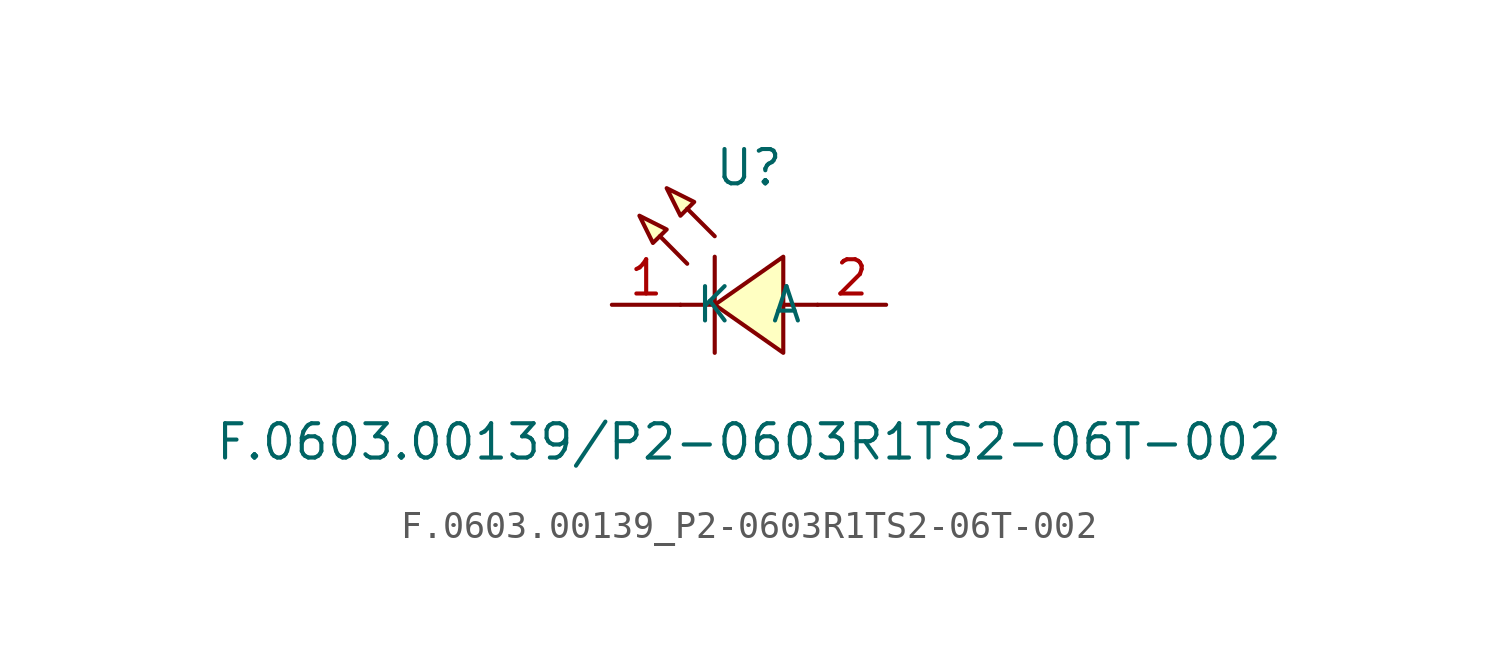
<source format=kicad_sym>
(kicad_symbol_lib
  (version 20211014)
  (generator https://github.com/uPesy/easyeda2kicad.py)
  (symbol "F.0603.00139_P2-0603R1TS2-06T-002"
    (property "Reference" "U"
      (at 0 5.08 0)
      (effects (font (size 1.27 1.27))))
    (property "Value" "F.0603.00139/P2-0603R1TS2-06T-002"
      (at 0 -5.08 0)
      (effects (font (size 1.27 1.27))))
    (symbol "F.0603.00139_P2-0603R1TS2-06T-002_0_1"
      (polyline (pts (xy -4.06 3.30) (xy -3.05 2.79) (xy -3.56 2.29) (xy -4.06 3.30)) (stroke (width 0) (type default) (color 0 0 0 0)) (fill (type background)))
      (polyline (pts (xy -3.05 4.32) (xy -2.03 3.81) (xy -2.54 3.30) (xy -3.05 4.32)) (stroke (width 0) (type default) (color 0 0 0 0)) (fill (type background)))
      (polyline (pts (xy 1.27 1.78) (xy -1.27 -0.00) (xy 1.27 -1.78) (xy 1.27 1.78)) (stroke (width 0) (type default) (color 0 0 0 0)) (fill (type background)))
      (polyline (pts (xy -2.29 1.52) (xy -3.30 2.54) (xy -2.29 1.52)) (stroke (width 0) (type default) (color 0 0 0 0)) (fill (type background)))
      (polyline (pts (xy -1.27 2.54) (xy -2.29 3.56) (xy -1.27 2.54)) (stroke (width 0) (type default) (color 0 0 0 0)) (fill (type background)))
      (polyline (pts (xy -1.27 -0.00) (xy -2.54 -0.00)) (stroke (width 0) (type default) (color 0 0 0 0)) (fill (type none)))
      (polyline (pts (xy 2.54 -0.00) (xy 1.27 -0.00)) (stroke (width 0) (type default) (color 0 0 0 0)) (fill (type none)))
      (polyline (pts (xy -1.27 1.78) (xy -1.27 -1.78)) (stroke (width 0) (type default) (color 0 0 0 0)) (fill (type none)))
      (pin unspecified line (at -5.08 -0.00 0) (length 2.54) (name "K" (effects (font (size 1.27 1.27)))) (number "1" (effects (font (size 1.27 1.27)))))
      (pin unspecified line (at 5.08 -0.00 180) (length 2.54) (name "A" (effects (font (size 1.27 1.27)))) (number "2" (effects (font (size 1.27 1.27))))))))
</source>
